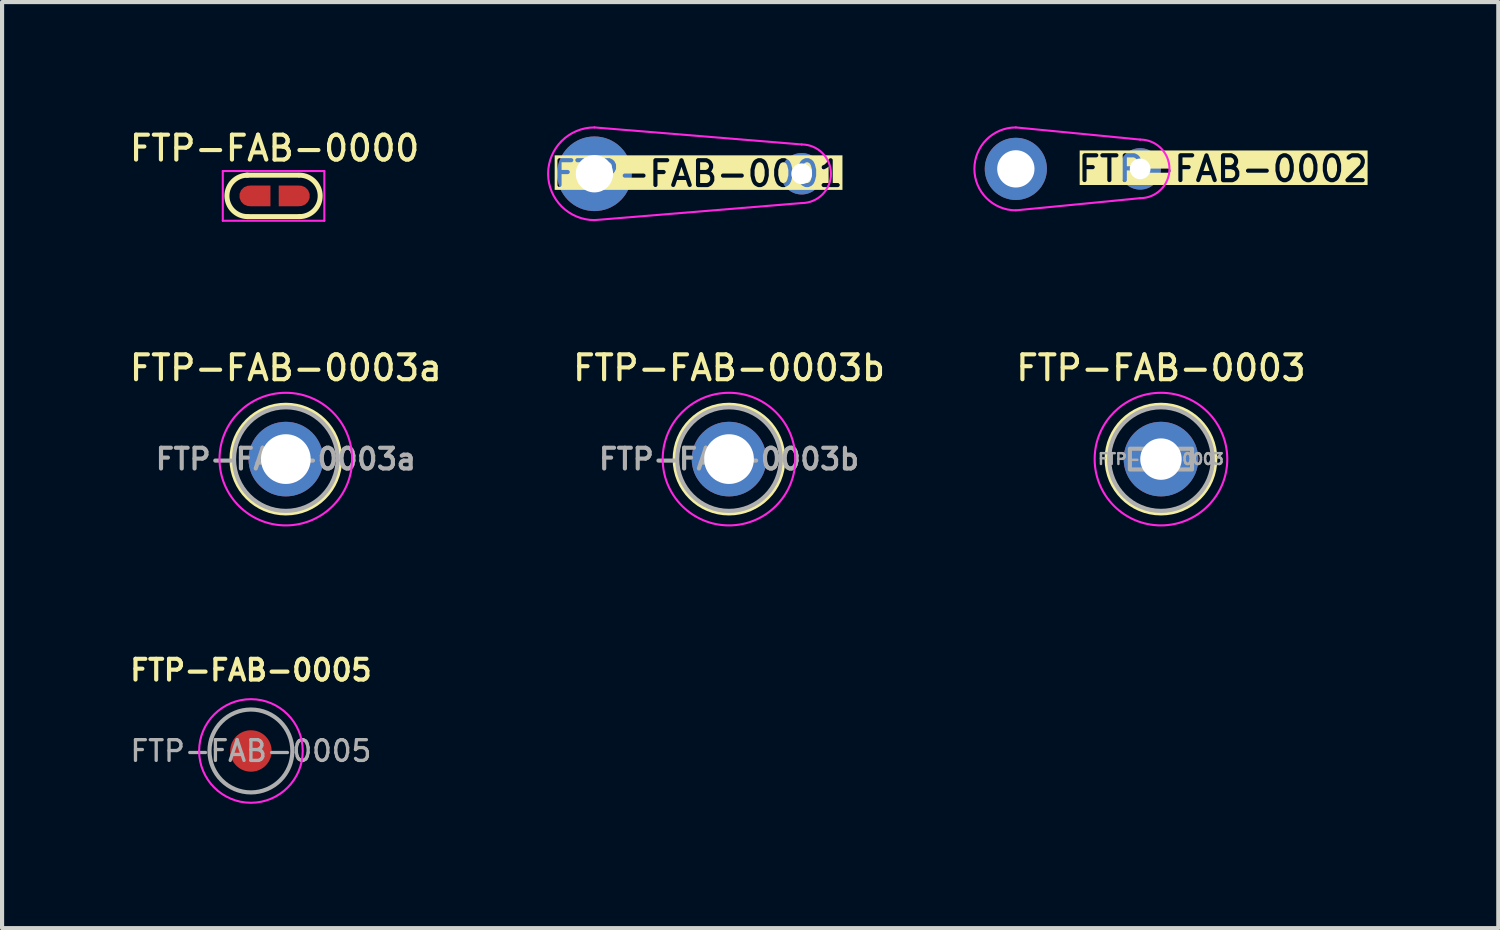
<source format=kicad_pcb>
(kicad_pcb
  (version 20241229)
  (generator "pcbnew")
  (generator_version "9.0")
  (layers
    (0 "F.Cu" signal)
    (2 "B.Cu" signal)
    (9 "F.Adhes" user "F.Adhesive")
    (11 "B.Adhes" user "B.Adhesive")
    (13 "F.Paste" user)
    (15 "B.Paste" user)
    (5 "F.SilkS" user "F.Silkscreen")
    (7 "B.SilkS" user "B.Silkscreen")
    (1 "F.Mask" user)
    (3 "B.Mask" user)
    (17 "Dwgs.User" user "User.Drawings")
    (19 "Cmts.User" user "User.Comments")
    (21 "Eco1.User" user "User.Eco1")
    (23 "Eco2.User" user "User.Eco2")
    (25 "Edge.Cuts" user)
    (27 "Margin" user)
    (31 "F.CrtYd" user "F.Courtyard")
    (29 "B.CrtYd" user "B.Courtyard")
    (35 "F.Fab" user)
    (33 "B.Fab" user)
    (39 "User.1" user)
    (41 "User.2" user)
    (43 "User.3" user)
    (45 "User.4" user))
  (footprint "FTP-FAB-0003"
    (layer "F.Cu")
    (at 24.964 8.028)
    (property "Reference" "FTP-FAB-0003" (at 0 -2.2 0) (layer "F.SilkS") (effects (font (size 0.6 0.6) (thickness 0.1) (bold yes))))
    (attr through_hole)
    (fp_circle (center 0 0) (end 1.3 0) (stroke (width 0.12) (type solid)) (fill no) (layer "F.SilkS"))
    (fp_circle (center 0 0) (end 1.6 0) (stroke (width 0.05) (type solid)) (fill no) (layer "F.CrtYd"))
    (fp_rect (start -0.75 -0.25) (end 0.75 0.25) (stroke (width 0.1) (type default)) (fill no) (layer "F.Fab"))
    (fp_circle (center 0 0) (end 1.25 0) (stroke (width 0.1) (type solid)) (fill no) (layer "F.Fab"))
    (fp_text user "${REFERENCE}" (at 0 0 0) (layer "F.Fab") (effects (font (size 0.26 0.26) (thickness 0.06) (bold yes))))
    (pad "1" thru_hole circle (at 0 0) (size 1.8 1.8) (drill 1) (layers "*.Cu" "*.Mask")))
  (footprint "FTP-FAB-0003b"
    (layer "F.Cu")
    (at 14.541 8.028)
    (property "Reference" "FTP-FAB-0003b" (at 0 -2.2 0) (layer "F.SilkS") (effects (font (size 0.6 0.6) (thickness 0.1) (bold yes))))
    (attr through_hole)
    (fp_circle (center 0 0) (end 1.3 0) (stroke (width 0.12) (type solid)) (fill no) (layer "F.SilkS"))
    (fp_circle (center 0 0) (end 1.6 0) (stroke (width 0.05) (type solid)) (fill no) (layer "F.CrtYd"))
    (fp_circle (center 0 0) (end 1.25 0) (stroke (width 0.1) (type solid)) (fill no) (layer "F.Fab"))
    (fp_text user "${REFERENCE}" (at 0 0 0) (layer "F.Fab") (effects (font (size 0.5 0.5) (thickness 0.1) (bold yes))))
    (pad "1" thru_hole circle (at 0 0) (size 1.8 1.8) (drill 1.2) (layers "*.Cu" "*.Mask")))
  (footprint "FTP-FAB-0002"
    (layer "F.Cu")
    (at 21.462 1.025)
    (property "Reference" "FTP-FAB-0002" (at 5 0 0) (layer "F.SilkS" knockout) (effects (font (size 0.6 0.6) (thickness 0.1) (bold yes))))
    (attr exclude_from_pos_files exclude_from_bom allow_soldermask_bridges)
    (fp_line (start 0 -1) (end 3 -0.707) (stroke (width 0.05) (type default)) (layer "F.CrtYd"))
    (fp_line (start 0 1) (end 3 0.707) (stroke (width 0.05) (type default)) (layer "F.CrtYd"))
    (fp_arc (start 0 1) (mid -1 0) (end 0 -1) (stroke (width 0.05) (type default)) (layer "F.CrtYd"))
    (fp_arc (start 3 -0.707107) (mid 3.707107 0) (end 3 0.707107) (stroke (width 0.05) (type default)) (layer "F.CrtYd"))
    (pad "1" thru_hole circle (at 0 0) (size 1.5 1.5) (drill 0.9) (layers "*.Cu" "*.Mask"))
    (pad "2" thru_hole circle (at 3 0) (size 1 1) (drill 0.5) (layers "*.Cu" "*.Mask")))
  (footprint "FTP-FAB-0000"
    (layer "F.Cu")
    (at 3.576 1.677)
    (property "Reference" "FTP-FAB-0000" (at 0 -1.15 0) (layer "F.SilkS") (effects (font (size 0.6 0.6) (thickness 0.1) (bold yes))))
    (attr exclude_from_pos_files exclude_from_bom allow_soldermask_bridges)
    (fp_rect (start -0.1 -0.25) (end 0.1 0.25) (stroke (width 0) (type solid)) (fill yes) (layer "F.Mask"))
    (fp_line (start 0.575 -0.5) (end -0.675 -0.5) (stroke (width 0.12) (type solid)) (layer "F.SilkS"))
    (fp_line (start 0.6 0.5) (end -0.65 0.5) (stroke (width 0.12) (type solid)) (layer "F.SilkS"))
    (fp_arc (start -0.65 0.5) (mid -1.15 0) (end -0.65 -0.5) (stroke (width 0.12) (type solid)) (layer "F.SilkS"))
    (fp_arc (start 0.6 -0.5) (mid 1.1 0) (end 0.6 0.5) (stroke (width 0.12) (type solid)) (layer "F.SilkS"))
    (fp_line (start -1.25 -0.6) (end -1.25 0.6) (stroke (width 0.05) (type solid)) (layer "F.CrtYd"))
    (fp_line (start -1.25 -0.6) (end 1.2 -0.6) (stroke (width 0.05) (type solid)) (layer "F.CrtYd"))
    (fp_line (start 1.2 0.6) (end -1.25 0.6) (stroke (width 0.05) (type solid)) (layer "F.CrtYd"))
    (fp_line (start 1.2 0.6) (end 1.2 -0.6) (stroke (width 0.05) (type solid)) (layer "F.CrtYd"))
    (pad "1" smd custom (at -0.35 0) (size 0.5 0.5) (layers "F.Cu" "F.Mask") (options (anchor rect)) (primitives (gr_circle (center -0.25 0) (end 0 0) (width 0) (fill yes))))
    (pad "2" smd custom (at 0.35 0 180) (size 0.5 0.5) (layers "F.Cu" "F.Mask") (options (anchor rect)) (primitives (gr_circle (center -0.25 0) (end 0 0) (width 0) (fill yes)))))
  (footprint "FTP-FAB-0003a"
    (layer "F.Cu")
    (at 3.847 8.028)
    (property "Reference" "FTP-FAB-0003a" (at 0 -2.2 0) (layer "F.SilkS") (effects (font (size 0.6 0.6) (thickness 0.1) (bold yes))))
    (attr through_hole)
    (fp_circle (center 0 0) (end 1.3 0) (stroke (width 0.12) (type solid)) (fill no) (layer "F.SilkS"))
    (fp_circle (center 0 0) (end 1.6 0) (stroke (width 0.05) (type solid)) (fill no) (layer "F.CrtYd"))
    (fp_circle (center 0 0) (end 1.25 0) (stroke (width 0.1) (type solid)) (fill no) (layer "F.Fab"))
    (fp_text user "${REFERENCE}" (at 0 0 0) (layer "F.Fab") (effects (font (size 0.5 0.5) (thickness 0.1) (bold yes))))
    (pad "1" thru_hole circle (at 0 0) (size 1.8 1.8) (drill 1.2) (layers "*.Cu" "*.Mask")))
  (footprint "FTP-FAB-0005"
    (layer "F.Cu")
    (at 3.005 15.071)
    (property "Reference" "FTP-FAB-0005" (at 0 -1.95 0) (layer "F.SilkS") (effects (font (size 0.5 0.5) (thickness 0.1) (bold yes))))
    (attr smd exclude_from_bom)
    (fp_circle (center 0 0) (end 1.25 0) (stroke (width 0.05) (type solid)) (fill no) (layer "F.CrtYd"))
    (fp_circle (center 0 0) (end 1 0) (stroke (width 0.1) (type solid)) (fill no) (layer "F.Fab"))
    (fp_text user "${REFERENCE}" (at 0 0 0) (layer "F.Fab") (effects (font (size 0.5 0.5) (thickness 0.08))))
    (pad "" smd circle (at 0 0) (size 1 1) (layers "F.Cu" "F.Mask")))
  (footprint "FTP-FAB-0001"
    (layer "F.Cu")
    (at 11.294 1.143)
    (property "Reference" "FTP-FAB-0001" (at 2.5 0 0) (layer "F.SilkS" knockout) (effects (font (size 0.6 0.6) (thickness 0.1) (bold yes))))
    (attr exclude_from_pos_files exclude_from_bom allow_soldermask_bridges)
    (fp_line (start 0 -1.118) (end 5 -0.707) (stroke (width 0.05) (type default)) (layer "F.CrtYd"))
    (fp_line (start 0 1.118) (end 5 0.707) (stroke (width 0.05) (type default)) (layer "F.CrtYd"))
    (fp_arc (start 0 1.118034) (mid -1.118034 0) (end 0 -1.118034) (stroke (width 0.05) (type default)) (layer "F.CrtYd"))
    (fp_arc (start 5 -0.707107) (mid 5.707107 0) (end 5 0.707107) (stroke (width 0.05) (type default)) (layer "F.CrtYd"))
    (pad "1" thru_hole circle (at 0 0) (size 1.8 1.8) (drill 0.9) (layers "*.Cu" "*.Mask"))
    (pad "2" thru_hole circle (at 5 0) (size 1 1) (drill 0.5) (layers "*.Cu" "*.Mask")))
  (gr_rect
    (start -3 -3)
    (end 33.104 19.346)
    (stroke (width 0.1) (type default))
    (fill no)
    (layer "Edge.Cuts")))
</source>
